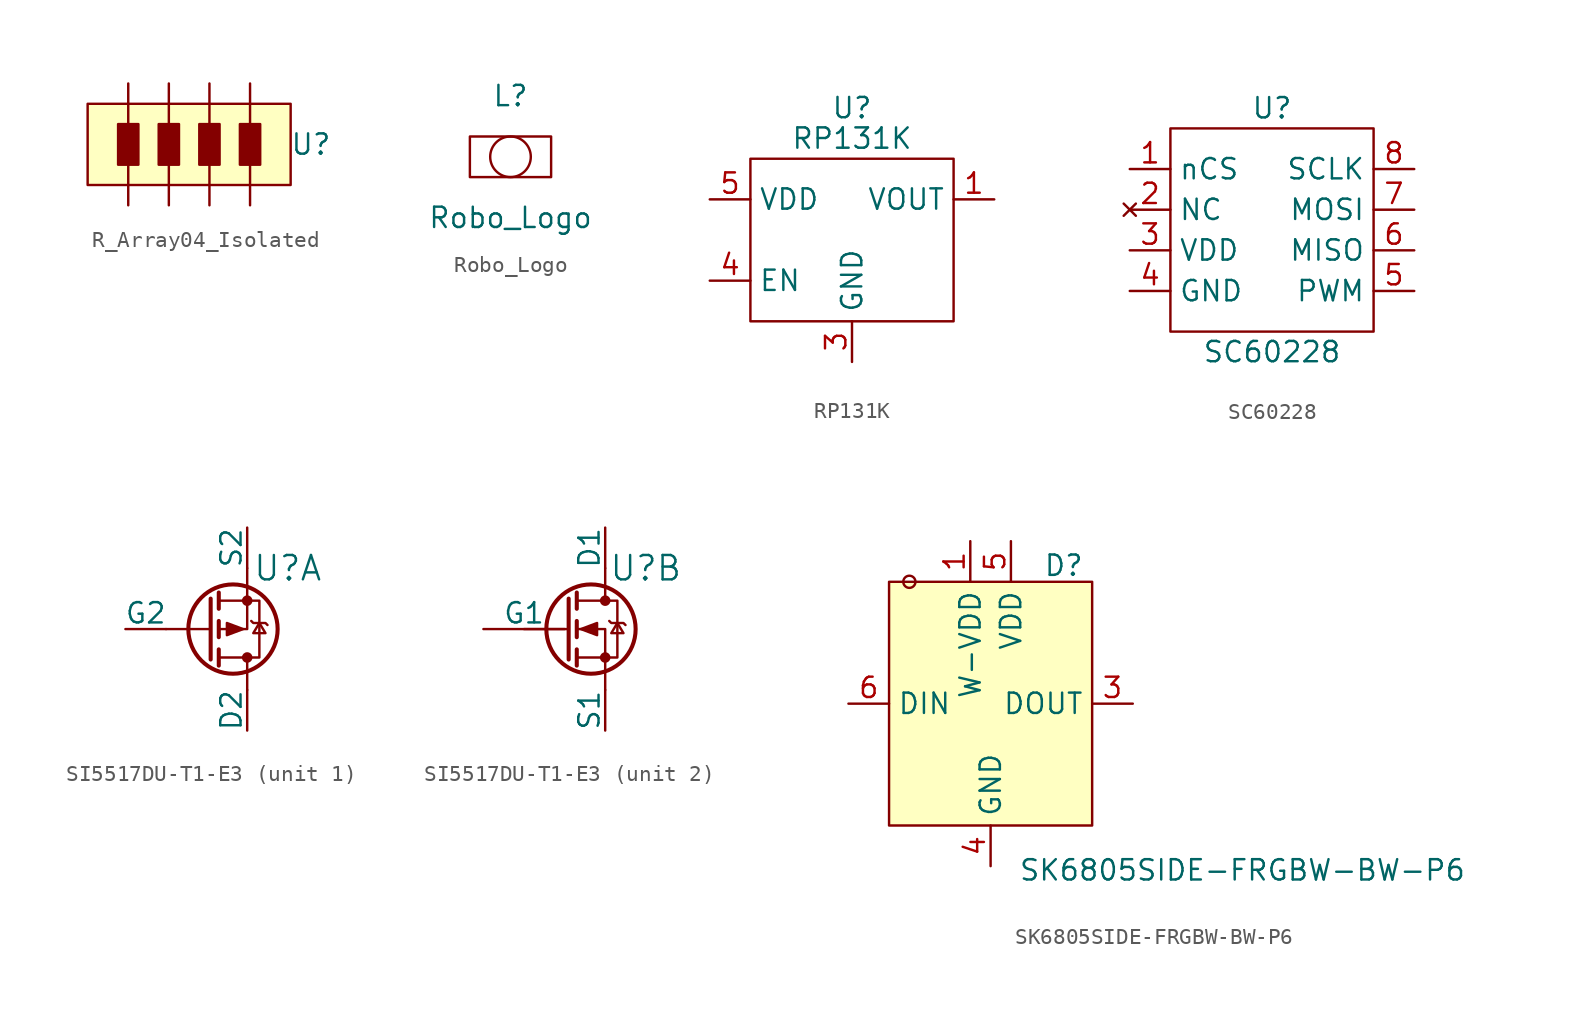
<source format=kicad_sym>
(kicad_symbol_lib
  (version 20231120)
  (generator "kicad_symbol_editor")
  (generator_version "8.0")
  (symbol "R_Array04_Isolated"
    (pin_numbers hide)
    (pin_names
      (offset 1.016) hide)
    (property "Reference" "U"
      (at 7.62 0 0)
      (effects (font (size 1.27 1.27))))
    (symbol "R_Array04_Isolated_0_0"
      (pin passive line (at -3.81 3.81 270) (length 2.54) (name "1A" (effects (font (size 1.27 1.27)))) (number "1" (effects (font (size 1.27 1.27)))))
      (pin passive line (at -1.27 3.81 270) (length 2.54) (name "2A" (effects (font (size 1.27 1.27)))) (number "2" (effects (font (size 1.27 1.27)))))
      (pin passive line (at 1.27 3.81 270) (length 2.54) (name "3A" (effects (font (size 1.27 1.27)))) (number "3" (effects (font (size 1.27 1.27)))))
      (pin passive line (at 3.81 3.81 270) (length 2.54) (name "4A" (effects (font (size 1.27 1.27)))) (number "4" (effects (font (size 1.27 1.27)))))
      (pin passive line (at 3.81 -3.81 90) (length 2.54) (name "4B" (effects (font (size 1.27 1.27)))) (number "5" (effects (font (size 1.27 1.27)))))
      (pin passive line (at 1.27 -3.81 90) (length 2.54) (name "3B" (effects (font (size 1.27 1.27)))) (number "6" (effects (font (size 1.27 1.27)))))
      (pin passive line (at -1.27 -3.81 90) (length 2.54) (name "2B" (effects (font (size 1.27 1.27)))) (number "7" (effects (font (size 1.27 1.27)))))
      (pin passive line (at -3.81 -3.81 90) (length 2.54) (name "1B" (effects (font (size 1.27 1.27)))) (number "8" (effects (font (size 1.27 1.27))))))
    (symbol "R_Array04_Isolated_0_1"
      (rectangle (start -6.35 2.54) (end 6.35 -2.54) (stroke (width 0) (type default)) (fill (type background)))
      (rectangle (start -4.445 1.27) (end -3.175 -1.27) (stroke (width 0) (type default)) (fill (type outline)))
      (rectangle (start -1.905 1.27) (end -0.635 -1.27) (stroke (width 0) (type default)) (fill (type outline)))
      (rectangle (start 0.635 1.27) (end 1.905 -1.27) (stroke (width 0) (type default)) (fill (type outline)))
      (rectangle (start 3.175 1.27) (end 4.445 -1.27) (stroke (width 0) (type default)) (fill (type outline)))))
  (symbol "Robo_Logo"
    (property "Reference" "L"
      (at 0 3.81 0)
      (effects (font (size 1.27 1.27))))
    (property "Value" "Robo_Logo"
      (at 0 -3.81 0)
      (effects (font (size 1.27 1.27))))
    (symbol "Robo_Logo_0_1"
      (rectangle (start -2.54 1.27) (end 2.54 -1.27) (stroke (width 0.152) (type default)) (fill (type none)))
      (circle (center 0 0) (radius 1.27) (stroke (width 0.152) (type default)) (fill (type none)))))
  (symbol "RP131K"
    (property "Reference" "U"
      (at 0 8.255 0)
      (effects (font (size 1.27 1.27))))
    (property "Value" "RP131K"
      (at 0 6.35 0)
      (effects (font (size 1.27 1.27))))
    (symbol "RP131K_0_0"
      (pin power_in line (at 8.89 2.54 180) (length 2.54) (name "VOUT" (effects (font (size 1.27 1.27)))) (number "1" (effects (font (size 1.27 1.27)))))
      (pin power_in line (at 8.89 2.54 180) (length 2.54) hide (name "VOUT" (effects (font (size 1.27 1.27)))) (number "2" (effects (font (size 1.27 1.27)))))
      (pin power_in line (at 0 -7.62 90) (length 2.54) (name "GND" (effects (font (size 1.27 1.27)))) (number "3" (effects (font (size 1.27 1.27)))))
      (pin input line (at -8.89 -2.54 0) (length 2.54) (name "EN" (effects (font (size 1.27 1.27)))) (number "4" (effects (font (size 1.27 1.27)))))
      (pin power_out line (at -8.89 2.54 0) (length 2.54) (name "VDD" (effects (font (size 1.27 1.27)))) (number "5" (effects (font (size 1.27 1.27)))))
      (pin power_out line (at -8.89 2.54 0) (length 2.54) hide (name "VDD" (effects (font (size 1.27 1.27)))) (number "6" (effects (font (size 1.27 1.27)))))
      (pin power_in line (at 0 -7.62 90) (length 2.54) hide (name "GND" (effects (font (size 1.27 1.27)))) (number "7" (effects (font (size 1.27 1.27))))))
    (symbol "RP131K_0_1"
      (rectangle (start -6.35 5.08) (end 6.35 -5.08) (stroke (width 0) (type default)) (fill (type none)))))
  (symbol "SC60228"
    (property "Reference" "U"
      (at 0 7.62 0)
      (effects (font (size 1.27 1.27))))
    (property "Value" "SC60228"
      (at 0 -7.62 0)
      (effects (font (size 1.27 1.27))))
    (symbol "SC60228_0_0"
      (pin input line (at -8.89 3.81 0) (length 2.54) (name "nCS" (effects (font (size 1.27 1.27)))) (number "1" (effects (font (size 1.27 1.27)))))
      (pin no_connect line (at -8.89 1.27 0) (length 2.54) (name "NC" (effects (font (size 1.27 1.27)))) (number "2" (effects (font (size 1.27 1.27)))))
      (pin unspecified line (at -8.89 -1.27 0) (length 2.54) (name "VDD" (effects (font (size 1.27 1.27)))) (number "3" (effects (font (size 1.27 1.27)))))
      (pin unspecified line (at -8.89 -3.81 0) (length 2.54) (name "GND" (effects (font (size 1.27 1.27)))) (number "4" (effects (font (size 1.27 1.27)))))
      (pin output line (at 8.89 -3.81 180) (length 2.54) (name "PWM" (effects (font (size 1.27 1.27)))) (number "5" (effects (font (size 1.27 1.27)))))
      (pin output line (at 8.89 -1.27 180) (length 2.54) (name "MISO" (effects (font (size 1.27 1.27)))) (number "6" (effects (font (size 1.27 1.27)))))
      (pin input line (at 8.89 1.27 180) (length 2.54) (name "MOSI" (effects (font (size 1.27 1.27)))) (number "7" (effects (font (size 1.27 1.27)))))
      (pin input line (at 8.89 3.81 180) (length 2.54) (name "SCLK" (effects (font (size 1.27 1.27)))) (number "8" (effects (font (size 1.27 1.27))))))
    (symbol "SC60228_0_1"
      (rectangle (start -6.35 6.35) (end 6.35 -6.35) (stroke (width 0) (type default)) (fill (type none)))))
  (symbol "SI5517DU-T1-E3"
    (pin_numbers hide)
    (pin_names
      (offset 0))
    (property "Reference" "U"
      (at 2.54 3.81 0)
      (effects (font (size 1.524 1.524))))
    (property "Datasheet" ""
      (at 0 0 0)
      (effects (font (size 1.524 1.524))))
    (property "ki_locked" ""
      (at 0 0 0)
      (effects (font (size 1.27 1.27))))
    (symbol "SI5517DU-T1-E3_1_1"
      (circle (center -0.889 0) (radius 2.794) (stroke (width 0.254) (type default)) (fill (type none)))
      (circle (center 0 -1.778) (radius 0.254) (stroke (width 0) (type default)) (fill (type outline)))
      (polyline (pts (xy -2.286 -1.905) (xy -2.286 1.905)) (stroke (width 0.254) (type default)) (fill (type none)))
      (polyline (pts (xy -2.286 0) (xy -5.08 0)) (stroke (width 0) (type default)) (fill (type none)))
      (polyline (pts (xy -1.778 -2.286) (xy -1.778 -1.27)) (stroke (width 0.254) (type default)) (fill (type none)))
      (polyline (pts (xy -1.778 -0.508) (xy -1.778 0.508)) (stroke (width 0.254) (type default)) (fill (type none)))
      (polyline (pts (xy -1.778 1.27) (xy -1.778 2.286)) (stroke (width 0.254) (type default)) (fill (type none)))
      (polyline (pts (xy 0 -3.81) (xy 0 -1.778)) (stroke (width 0) (type default)) (fill (type none)))
      (polyline (pts (xy 0 3.81) (xy 0 0) (xy -1.778 0)) (stroke (width 0) (type default)) (fill (type none)))
      (polyline (pts (xy -1.778 -1.778) (xy 0.762 -1.778) (xy 0.762 1.778) (xy -1.778 1.778)) (stroke (width 0) (type default)) (fill (type none)))
      (polyline (pts (xy -0.254 0) (xy -1.27 -0.381) (xy -1.27 0.381) (xy -0.254 0)) (stroke (width 0) (type default)) (fill (type outline)))
      (polyline (pts (xy 0.254 0.508) (xy 0.381 0.381) (xy 1.143 0.381) (xy 1.27 0.254)) (stroke (width 0) (type default)) (fill (type none)))
      (polyline (pts (xy 0.762 0.381) (xy 0.381 -0.254) (xy 1.143 -0.254) (xy 0.762 0.381)) (stroke (width 0) (type default)) (fill (type none)))
      (circle (center 0 1.778) (radius 0.254) (stroke (width 0) (type default)) (fill (type outline)))
      (pin passive line (at 0 6.35 270) (length 2.54) (name "S2" (effects (font (size 1.27 1.27)))) (number "3" (effects (font (size 1.27 1.27)))))
      (pin input line (at -7.62 0 0) (length 2.54) (name "G2" (effects (font (size 1.27 1.27)))) (number "4" (effects (font (size 1.27 1.27)))))
      (pin passive line (at 0 -6.35 90) (length 2.54) (name "D2" (effects (font (size 1.27 1.27)))) (number "5" (effects (font (size 1.27 1.27)))))
      (pin passive line (at 0 -6.35 90) (length 2.54) hide (name "D2" (effects (font (size 1.27 1.27)))) (number "6" (effects (font (size 1.27 1.27))))))
    (symbol "SI5517DU-T1-E3_2_1"
      (circle (center -0.889 0) (radius 2.794) (stroke (width 0.254) (type default)) (fill (type none)))
      (circle (center 0 -1.778) (radius 0.254) (stroke (width 0) (type default)) (fill (type outline)))
      (polyline (pts (xy -2.286 0) (xy -5.08 0)) (stroke (width 0) (type default)) (fill (type none)))
      (polyline (pts (xy -2.286 1.905) (xy -2.286 -1.905)) (stroke (width 0.254) (type default)) (fill (type none)))
      (polyline (pts (xy -1.778 -1.27) (xy -1.778 -2.286)) (stroke (width 0.254) (type default)) (fill (type none)))
      (polyline (pts (xy -1.778 0.508) (xy -1.778 -0.508)) (stroke (width 0.254) (type default)) (fill (type none)))
      (polyline (pts (xy -1.778 2.286) (xy -1.778 1.27)) (stroke (width 0.254) (type default)) (fill (type none)))
      (polyline (pts (xy 0 -3.81) (xy 0 -2.54)) (stroke (width 0) (type default)) (fill (type none)))
      (polyline (pts (xy 0 2.54) (xy 0 1.778)) (stroke (width 0) (type default)) (fill (type none)))
      (polyline (pts (xy 0 3.81) (xy 0 2.54)) (stroke (width 0) (type default)) (fill (type none)))
      (polyline (pts (xy 0 -2.54) (xy 0 0) (xy -1.778 0)) (stroke (width 0) (type default)) (fill (type none)))
      (polyline (pts (xy -1.778 -1.778) (xy 0.762 -1.778) (xy 0.762 1.778) (xy -1.778 1.778)) (stroke (width 0) (type default)) (fill (type none)))
      (polyline (pts (xy -1.524 0) (xy -0.508 0.381) (xy -0.508 -0.381) (xy -1.524 0)) (stroke (width 0) (type default)) (fill (type outline)))
      (polyline (pts (xy 0.254 0.508) (xy 0.381 0.381) (xy 1.143 0.381) (xy 1.27 0.254)) (stroke (width 0) (type default)) (fill (type none)))
      (polyline (pts (xy 0.762 0.381) (xy 0.381 -0.254) (xy 1.143 -0.254) (xy 0.762 0.381)) (stroke (width 0) (type default)) (fill (type none)))
      (circle (center 0 1.778) (radius 0.254) (stroke (width 0) (type default)) (fill (type outline)))
      (pin passive line (at 0 -6.35 90) (length 2.54) (name "S1" (effects (font (size 1.27 1.27)))) (number "1" (effects (font (size 1.27 1.27)))))
      (pin input line (at -7.62 0 0) (length 5.08) (name "G1" (effects (font (size 1.27 1.27)))) (number "2" (effects (font (size 1.27 1.27)))))
      (pin passive line (at 0 6.35 270) (length 2.54) (name "D1" (effects (font (size 1.27 1.27)))) (number "7" (effects (font (size 1.27 1.27)))))
      (pin passive line (at 0 6.35 270) (length 2.54) hide (name "D1" (effects (font (size 1.499 1.499)))) (number "8" (effects (font (size 1.499 1.499)))))))
  (symbol "SK6805SIDE-FRGBW-BW-P6"
    (property "Reference" "D"
      (at 4.572 8.636 0)
      (effects (font (size 1.27 1.27))))
    (property "Value" "SK6805SIDE-FRGBW-BW-P6"
      (at 15.748 -10.414 0)
      (effects (font (size 1.27 1.27))))
    (symbol "SK6805SIDE-FRGBW-BW-P6_0_1"
      (rectangle (start -6.35 7.62) (end 6.35 -7.62) (stroke (width 0) (type default)) (fill (type background)))
      (circle (center -5.08 7.62) (radius 0.38) (stroke (width 0) (type default)) (fill (type none)))
      (pin unspecified line (at -1.27 10.16 270) (length 2.54) (name "W-VDD" (effects (font (size 1.27 1.27)))) (number "1" (effects (font (size 1.27 1.27)))))
      (pin unspecified line (at 8.89 0 180) (length 2.54) (name "DOUT" (effects (font (size 1.27 1.27)))) (number "3" (effects (font (size 1.27 1.27)))))
      (pin unspecified line (at 0 -10.16 90) (length 2.54) (name "GND" (effects (font (size 1.27 1.27)))) (number "4" (effects (font (size 1.27 1.27)))))
      (pin unspecified line (at 1.27 10.16 270) (length 2.54) (name "VDD" (effects (font (size 1.27 1.27)))) (number "5" (effects (font (size 1.27 1.27)))))
      (pin unspecified line (at -8.89 0 0) (length 2.54) (name "DIN" (effects (font (size 1.27 1.27)))) (number "6" (effects (font (size 1.27 1.27))))))
    (symbol "SK6805SIDE-FRGBW-BW-P6_1_1"
      (pin no_connect line (at -8.89 3.81 0) (length 2.54) hide (name "NC" (effects (font (size 1.27 1.27)))) (number "2" (effects (font (size 1.27 1.27))))))))
</source>
